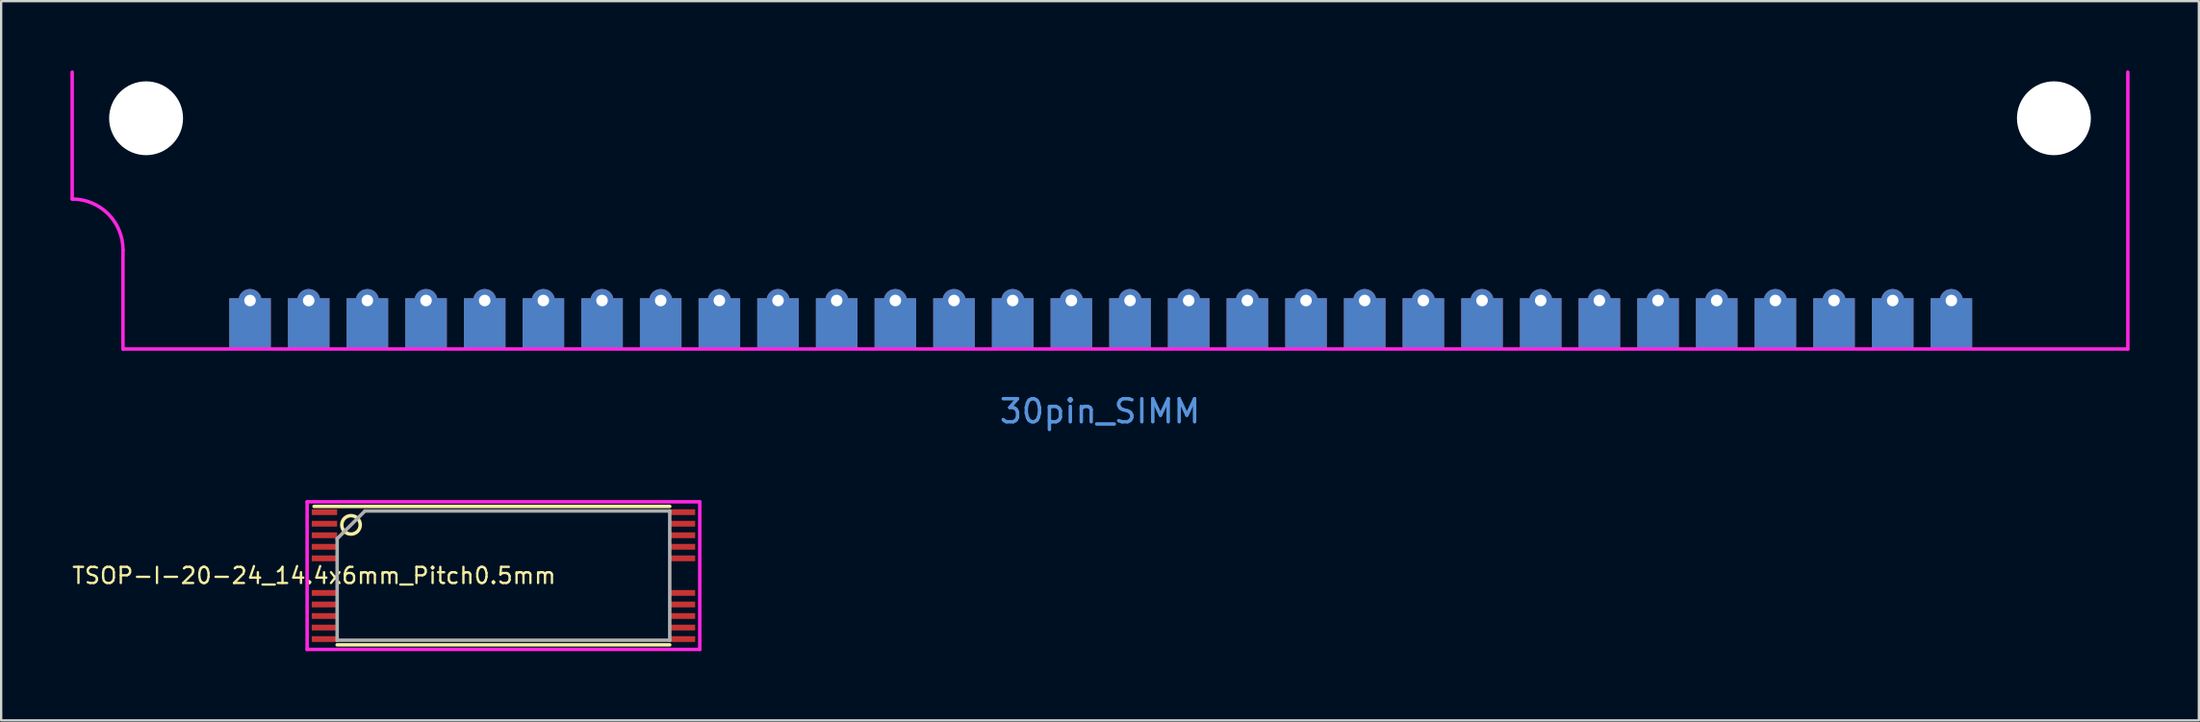
<source format=kicad_pcb>
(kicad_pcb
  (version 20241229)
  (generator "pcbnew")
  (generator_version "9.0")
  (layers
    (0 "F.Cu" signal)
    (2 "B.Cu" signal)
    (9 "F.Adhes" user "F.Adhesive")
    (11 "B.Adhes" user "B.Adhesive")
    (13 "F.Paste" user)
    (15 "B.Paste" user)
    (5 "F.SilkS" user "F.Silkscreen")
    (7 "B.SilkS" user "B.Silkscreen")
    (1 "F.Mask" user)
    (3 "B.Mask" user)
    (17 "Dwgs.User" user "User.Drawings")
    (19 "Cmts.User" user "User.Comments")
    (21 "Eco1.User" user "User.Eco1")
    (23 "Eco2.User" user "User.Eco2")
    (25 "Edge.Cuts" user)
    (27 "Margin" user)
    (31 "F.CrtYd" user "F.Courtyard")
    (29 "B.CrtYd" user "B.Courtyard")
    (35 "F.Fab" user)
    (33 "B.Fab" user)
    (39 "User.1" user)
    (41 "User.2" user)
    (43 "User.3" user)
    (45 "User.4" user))
  (footprint "TSOP-I-20-24_14.4x6mm_Pitch0.5mm"
    (layer "F.Cu")
    (at 18.747 21.898)
    (property "Reference" "TSOP-I-20-24_14.4x6mm_Pitch0.5mm" (at -8.2 0 0) (layer "F.SilkS") (effects (font (size 0.7 0.7) (thickness 0.1))))
    (attr through_hole)
    (fp_line (start -7.2 3) (end 7.2 3) (stroke (width 0.15) (type solid)) (layer "F.SilkS"))
    (fp_line (start 7.2 -3) (end -8.2 -3) (stroke (width 0.15) (type solid)) (layer "F.SilkS"))
    (fp_circle (center -6.6 -2.2) (end -6.2 -2.2) (stroke (width 0.15) (type solid)) (fill no) (layer "F.SilkS"))
    (fp_line (start -8.5 -3.2) (end 8.5 -3.2) (stroke (width 0.15) (type solid)) (layer "F.CrtYd"))
    (fp_line (start -8.5 3.2) (end -8.5 -3.2) (stroke (width 0.15) (type solid)) (layer "F.CrtYd"))
    (fp_line (start 8.5 -3.2) (end 8.5 3.2) (stroke (width 0.15) (type solid)) (layer "F.CrtYd"))
    (fp_line (start 8.5 3.2) (end -8.5 3.2) (stroke (width 0.15) (type solid)) (layer "F.CrtYd"))
    (fp_line (start -7.2 -1.6) (end -7.2 2.8) (stroke (width 0.15) (type solid)) (layer "F.Fab"))
    (fp_line (start -7.2 2.8) (end 7.2 2.8) (stroke (width 0.15) (type solid)) (layer "F.Fab"))
    (fp_line (start -6 -2.8) (end -7.2 -1.6) (stroke (width 0.15) (type solid)) (layer "F.Fab"))
    (fp_line (start 7.2 -2.8) (end -6 -2.8) (stroke (width 0.15) (type solid)) (layer "F.Fab"))
    (fp_line (start 7.2 2.8) (end 7.2 -2.8) (stroke (width 0.15) (type solid)) (layer "F.Fab"))
    (pad "1" smd rect (at -7.75 -2.75) (size 1.1 0.25) (layers "F.Cu" "F.Mask" "F.Paste"))
    (pad "2" smd rect (at -7.75 -2.25) (size 1.1 0.25) (layers "F.Cu" "F.Mask" "F.Paste"))
    (pad "3" smd rect (at -7.75 -1.75) (size 1.1 0.25) (layers "F.Cu" "F.Mask" "F.Paste"))
    (pad "4" smd rect (at -7.75 -1.25) (size 1.1 0.25) (layers "F.Cu" "F.Mask" "F.Paste"))
    (pad "5" smd rect (at -7.75 -0.75) (size 1.1 0.25) (layers "F.Cu" "F.Mask" "F.Paste"))
    (pad "8" smd rect (at -7.75 0.75) (size 1.1 0.25) (layers "F.Cu" "F.Mask" "F.Paste"))
    (pad "9" smd rect (at -7.75 1.25) (size 1.1 0.25) (layers "F.Cu" "F.Mask" "F.Paste"))
    (pad "10" smd rect (at -7.75 1.75) (size 1.1 0.25) (layers "F.Cu" "F.Mask" "F.Paste"))
    (pad "11" smd rect (at -7.75 2.25) (size 1.1 0.25) (layers "F.Cu" "F.Mask" "F.Paste"))
    (pad "12" smd rect (at -7.75 2.75) (size 1.1 0.25) (layers "F.Cu" "F.Mask" "F.Paste"))
    (pad "13" smd rect (at 7.75 2.75) (size 1.1 0.25) (layers "F.Cu" "F.Mask" "F.Paste"))
    (pad "14" smd rect (at 7.75 2.25) (size 1.1 0.25) (layers "F.Cu" "F.Mask" "F.Paste"))
    (pad "15" smd rect (at 7.75 1.75) (size 1.1 0.25) (layers "F.Cu" "F.Mask" "F.Paste"))
    (pad "16" smd rect (at 7.75 1.25) (size 1.1 0.25) (layers "F.Cu" "F.Mask" "F.Paste"))
    (pad "17" smd rect (at 7.75 0.75) (size 1.1 0.25) (layers "F.Cu" "F.Mask" "F.Paste"))
    (pad "20" smd rect (at 7.75 -0.75) (size 1.1 0.25) (layers "F.Cu" "F.Mask" "F.Paste"))
    (pad "21" smd rect (at 7.75 -1.25) (size 1.1 0.25) (layers "F.Cu" "F.Mask" "F.Paste"))
    (pad "22" smd rect (at 7.75 -1.75) (size 1.1 0.25) (layers "F.Cu" "F.Mask" "F.Paste"))
    (pad "23" smd rect (at 7.75 -2.25) (size 1.1 0.25) (layers "F.Cu" "F.Mask" "F.Paste"))
    (pad "24" smd rect (at 7.75 -2.75) (size 1.1 0.25) (layers "F.Cu" "F.Mask" "F.Paste")))
  (footprint "30pin_SIMM"
    (layer "F.Cu")
    (at 44.575 12.034)
    (property "Reference" "30pin_SIMM" (at 0 2.741 0) (layer "Cmts.User") (effects (font (size 1 1) (thickness 0.15))))
    (attr through_hole)
    (fp_line (start -44.5 -6.459) (end -44.5 -11.959) (stroke (width 0.15) (type solid)) (layer "F.CrtYd"))
    (fp_line (start -42.3 -4.259) (end -42.3 0.041) (stroke (width 0.15) (type solid)) (layer "F.CrtYd"))
    (fp_line (start -42.3 0.041) (end 44.5 0.041) (stroke (width 0.15) (type solid)) (layer "F.CrtYd"))
    (fp_line (start 44.5 0.041) (end 44.5 -11.959) (stroke (width 0.15) (type solid)) (layer "F.CrtYd"))
    (fp_arc (start -44.5 -6.458749) (mid -42.944365 -5.814384) (end -42.3 -4.258749) (stroke (width 0.15) (type solid)) (layer "F.CrtYd"))
    (pad "" np_thru_hole circle (at -41.3 -9.959) (size 3.2 3.2) (drill 3.2) (layers "*.Cu" "*.Mask"))
    (pad "" np_thru_hole circle (at 41.3 -9.959) (size 3.2 3.2) (drill 3.2) (layers "*.Cu" "*.Mask"))
    (pad "1" thru_hole circle (at -36.8 -2.059) (size 1 1) (drill 0.5) (layers "*.Cu" "*.Mask"))
    (pad "1" smd rect (at -36.8 -1.059) (size 1.8 2.2) (layers "F.Cu" "F.Mask" "F.Paste"))
    (pad "1" smd rect (at -36.8 -1.059) (size 1.8 2.2) (layers "B.Cu" "B.Mask" "B.Paste"))
    (pad "2" thru_hole circle (at -34.26 -2.059) (size 1 1) (drill 0.5) (layers "*.Cu" "*.Mask"))
    (pad "2" smd rect (at -34.26 -1.059) (size 1.8 2.2) (layers "F.Cu" "F.Mask" "F.Paste"))
    (pad "2" smd rect (at -34.26 -1.059) (size 1.8 2.2) (layers "B.Cu" "B.Mask" "B.Paste"))
    (pad "3" thru_hole circle (at -31.72 -2.059) (size 1 1) (drill 0.5) (layers "*.Cu" "*.Mask"))
    (pad "3" smd rect (at -31.72 -1.059) (size 1.8 2.2) (layers "F.Cu" "F.Mask" "F.Paste"))
    (pad "3" smd rect (at -31.72 -1.059) (size 1.8 2.2) (layers "B.Cu" "B.Mask" "B.Paste"))
    (pad "4" thru_hole circle (at -29.18 -2.059) (size 1 1) (drill 0.5) (layers "*.Cu" "*.Mask"))
    (pad "4" smd rect (at -29.18 -1.059) (size 1.8 2.2) (layers "F.Cu" "F.Mask" "F.Paste"))
    (pad "4" smd rect (at -29.18 -1.059) (size 1.8 2.2) (layers "B.Cu" "B.Mask" "B.Paste"))
    (pad "5" thru_hole circle (at -26.64 -2.059) (size 1 1) (drill 0.5) (layers "*.Cu" "*.Mask"))
    (pad "5" smd rect (at -26.64 -1.059) (size 1.8 2.2) (layers "F.Cu" "F.Mask" "F.Paste"))
    (pad "5" smd rect (at -26.64 -1.059) (size 1.8 2.2) (layers "B.Cu" "B.Mask" "B.Paste"))
    (pad "6" thru_hole circle (at -24.1 -2.059) (size 1 1) (drill 0.5) (layers "*.Cu" "*.Mask"))
    (pad "6" smd rect (at -24.1 -1.059) (size 1.8 2.2) (layers "F.Cu" "F.Mask" "F.Paste"))
    (pad "6" smd rect (at -24.1 -1.059) (size 1.8 2.2) (layers "B.Cu" "B.Mask" "B.Paste"))
    (pad "7" thru_hole circle (at -21.56 -2.059) (size 1 1) (drill 0.5) (layers "*.Cu" "*.Mask"))
    (pad "7" smd rect (at -21.56 -1.059) (size 1.8 2.2) (layers "F.Cu" "F.Mask" "F.Paste"))
    (pad "7" smd rect (at -21.56 -1.059) (size 1.8 2.2) (layers "B.Cu" "B.Mask" "B.Paste"))
    (pad "8" thru_hole circle (at -19.02 -2.059) (size 1 1) (drill 0.5) (layers "*.Cu" "*.Mask"))
    (pad "8" smd rect (at -19.02 -1.059) (size 1.8 2.2) (layers "F.Cu" "F.Mask" "F.Paste"))
    (pad "8" smd rect (at -19.02 -1.059) (size 1.8 2.2) (layers "B.Cu" "B.Mask" "B.Paste"))
    (pad "9" thru_hole circle (at -16.48 -2.059) (size 1 1) (drill 0.5) (layers "*.Cu" "*.Mask"))
    (pad "9" smd rect (at -16.48 -1.059) (size 1.8 2.2) (layers "F.Cu" "F.Mask" "F.Paste"))
    (pad "9" smd rect (at -16.48 -1.059) (size 1.8 2.2) (layers "B.Cu" "B.Mask" "B.Paste"))
    (pad "10" thru_hole circle (at -13.94 -2.059) (size 1 1) (drill 0.5) (layers "*.Cu" "*.Mask"))
    (pad "10" smd rect (at -13.94 -1.059) (size 1.8 2.2) (layers "F.Cu" "F.Mask" "F.Paste"))
    (pad "10" smd rect (at -13.94 -1.059) (size 1.8 2.2) (layers "B.Cu" "B.Mask" "B.Paste"))
    (pad "11" thru_hole circle (at -11.4 -2.059) (size 1 1) (drill 0.5) (layers "*.Cu" "*.Mask"))
    (pad "11" smd rect (at -11.4 -1.059) (size 1.8 2.2) (layers "F.Cu" "F.Mask" "F.Paste"))
    (pad "11" smd rect (at -11.4 -1.059) (size 1.8 2.2) (layers "B.Cu" "B.Mask" "B.Paste"))
    (pad "12" thru_hole circle (at -8.86 -2.059) (size 1 1) (drill 0.5) (layers "*.Cu" "*.Mask"))
    (pad "12" smd rect (at -8.86 -1.059) (size 1.8 2.2) (layers "F.Cu" "F.Mask" "F.Paste"))
    (pad "12" smd rect (at -8.86 -1.059) (size 1.8 2.2) (layers "B.Cu" "B.Mask" "B.Paste"))
    (pad "13" thru_hole circle (at -6.32 -2.059) (size 1 1) (drill 0.5) (layers "*.Cu" "*.Mask"))
    (pad "13" smd rect (at -6.32 -1.059) (size 1.8 2.2) (layers "F.Cu" "F.Mask" "F.Paste"))
    (pad "13" smd rect (at -6.32 -1.059) (size 1.8 2.2) (layers "B.Cu" "B.Mask" "B.Paste"))
    (pad "14" thru_hole circle (at -3.78 -2.059) (size 1 1) (drill 0.5) (layers "*.Cu" "*.Mask"))
    (pad "14" smd rect (at -3.78 -1.059) (size 1.8 2.2) (layers "F.Cu" "F.Mask" "F.Paste"))
    (pad "14" smd rect (at -3.78 -1.059) (size 1.8 2.2) (layers "B.Cu" "B.Mask" "B.Paste"))
    (pad "15" thru_hole circle (at -1.24 -2.059) (size 1 1) (drill 0.5) (layers "*.Cu" "*.Mask"))
    (pad "15" smd rect (at -1.24 -1.059) (size 1.8 2.2) (layers "F.Cu" "F.Mask" "F.Paste"))
    (pad "15" smd rect (at -1.24 -1.059) (size 1.8 2.2) (layers "B.Cu" "B.Mask" "B.Paste"))
    (pad "16" thru_hole circle (at 1.3 -2.059) (size 1 1) (drill 0.5) (layers "*.Cu" "*.Mask"))
    (pad "16" smd rect (at 1.3 -1.059) (size 1.8 2.2) (layers "F.Cu" "F.Mask" "F.Paste"))
    (pad "16" smd rect (at 1.3 -1.059) (size 1.8 2.2) (layers "B.Cu" "B.Mask" "B.Paste"))
    (pad "17" thru_hole circle (at 3.84 -2.059) (size 1 1) (drill 0.5) (layers "*.Cu" "*.Mask"))
    (pad "17" smd rect (at 3.84 -1.059) (size 1.8 2.2) (layers "F.Cu" "F.Mask" "F.Paste"))
    (pad "17" smd rect (at 3.84 -1.059) (size 1.8 2.2) (layers "B.Cu" "B.Mask" "B.Paste"))
    (pad "18" thru_hole circle (at 6.38 -2.059) (size 1 1) (drill 0.5) (layers "*.Cu" "*.Mask"))
    (pad "18" smd rect (at 6.38 -1.059) (size 1.8 2.2) (layers "F.Cu" "F.Mask" "F.Paste"))
    (pad "18" smd rect (at 6.38 -1.059) (size 1.8 2.2) (layers "B.Cu" "B.Mask" "B.Paste"))
    (pad "19" thru_hole circle (at 8.92 -2.059) (size 1 1) (drill 0.5) (layers "*.Cu" "*.Mask"))
    (pad "19" smd rect (at 8.92 -1.059) (size 1.8 2.2) (layers "F.Cu" "F.Mask" "F.Paste"))
    (pad "19" smd rect (at 8.92 -1.059) (size 1.8 2.2) (layers "B.Cu" "B.Mask" "B.Paste"))
    (pad "20" thru_hole circle (at 11.46 -2.059) (size 1 1) (drill 0.5) (layers "*.Cu" "*.Mask"))
    (pad "20" smd rect (at 11.46 -1.059) (size 1.8 2.2) (layers "F.Cu" "F.Mask" "F.Paste"))
    (pad "20" smd rect (at 11.46 -1.059) (size 1.8 2.2) (layers "B.Cu" "B.Mask" "B.Paste"))
    (pad "21" thru_hole circle (at 14 -2.059) (size 1 1) (drill 0.5) (layers "*.Cu" "*.Mask"))
    (pad "21" smd rect (at 14 -1.059) (size 1.8 2.2) (layers "F.Cu" "F.Mask" "F.Paste"))
    (pad "21" smd rect (at 14 -1.059) (size 1.8 2.2) (layers "B.Cu" "B.Mask" "B.Paste"))
    (pad "22" thru_hole circle (at 16.54 -2.059) (size 1 1) (drill 0.5) (layers "*.Cu" "*.Mask"))
    (pad "22" smd rect (at 16.54 -1.059) (size 1.8 2.2) (layers "F.Cu" "F.Mask" "F.Paste"))
    (pad "22" smd rect (at 16.54 -1.059) (size 1.8 2.2) (layers "B.Cu" "B.Mask" "B.Paste"))
    (pad "23" thru_hole circle (at 19.08 -2.059) (size 1 1) (drill 0.5) (layers "*.Cu" "*.Mask"))
    (pad "23" smd rect (at 19.08 -1.059) (size 1.8 2.2) (layers "F.Cu" "F.Mask" "F.Paste"))
    (pad "23" smd rect (at 19.08 -1.059) (size 1.8 2.2) (layers "B.Cu" "B.Mask" "B.Paste"))
    (pad "24" thru_hole circle (at 21.62 -2.059) (size 1 1) (drill 0.5) (layers "*.Cu" "*.Mask"))
    (pad "24" smd rect (at 21.62 -1.059) (size 1.8 2.2) (layers "F.Cu" "F.Mask" "F.Paste"))
    (pad "24" smd rect (at 21.62 -1.059) (size 1.8 2.2) (layers "B.Cu" "B.Mask" "B.Paste"))
    (pad "25" thru_hole circle (at 24.16 -2.059) (size 1 1) (drill 0.5) (layers "*.Cu" "*.Mask"))
    (pad "25" smd rect (at 24.16 -1.059) (size 1.8 2.2) (layers "F.Cu" "F.Mask" "F.Paste"))
    (pad "25" smd rect (at 24.16 -1.059) (size 1.8 2.2) (layers "B.Cu" "B.Mask" "B.Paste"))
    (pad "26" thru_hole circle (at 26.7 -2.059) (size 1 1) (drill 0.5) (layers "*.Cu" "*.Mask"))
    (pad "26" smd rect (at 26.7 -1.059) (size 1.8 2.2) (layers "F.Cu" "F.Mask" "F.Paste"))
    (pad "26" smd rect (at 26.7 -1.059) (size 1.8 2.2) (layers "B.Cu" "B.Mask" "B.Paste"))
    (pad "27" thru_hole circle (at 29.24 -2.059) (size 1 1) (drill 0.5) (layers "*.Cu" "*.Mask"))
    (pad "27" smd rect (at 29.24 -1.059) (size 1.8 2.2) (layers "F.Cu" "F.Mask" "F.Paste"))
    (pad "27" smd rect (at 29.24 -1.059) (size 1.8 2.2) (layers "B.Cu" "B.Mask" "B.Paste"))
    (pad "28" thru_hole circle (at 31.78 -2.059) (size 1 1) (drill 0.5) (layers "*.Cu" "*.Mask"))
    (pad "28" smd rect (at 31.78 -1.059) (size 1.8 2.2) (layers "F.Cu" "F.Mask" "F.Paste"))
    (pad "28" smd rect (at 31.78 -1.059) (size 1.8 2.2) (layers "B.Cu" "B.Mask" "B.Paste"))
    (pad "29" thru_hole circle (at 34.32 -2.059) (size 1 1) (drill 0.5) (layers "*.Cu" "*.Mask"))
    (pad "29" smd rect (at 34.32 -1.059) (size 1.8 2.2) (layers "F.Cu" "F.Mask" "F.Paste"))
    (pad "29" smd rect (at 34.32 -1.059) (size 1.8 2.2) (layers "B.Cu" "B.Mask" "B.Paste"))
    (pad "30" thru_hole circle (at 36.86 -2.059) (size 1 1) (drill 0.5) (layers "*.Cu" "*.Mask"))
    (pad "30" smd rect (at 36.86 -1.059) (size 1.8 2.2) (layers "F.Cu" "F.Mask" "F.Paste"))
    (pad "30" smd rect (at 36.86 -1.059) (size 1.8 2.2) (layers "B.Cu" "B.Mask" "B.Paste")))
  (gr_rect
    (start -3 -3)
    (end 92.15 28.173)
    (stroke (width 0.1) (type default))
    (fill no)
    (layer "Edge.Cuts")))
</source>
